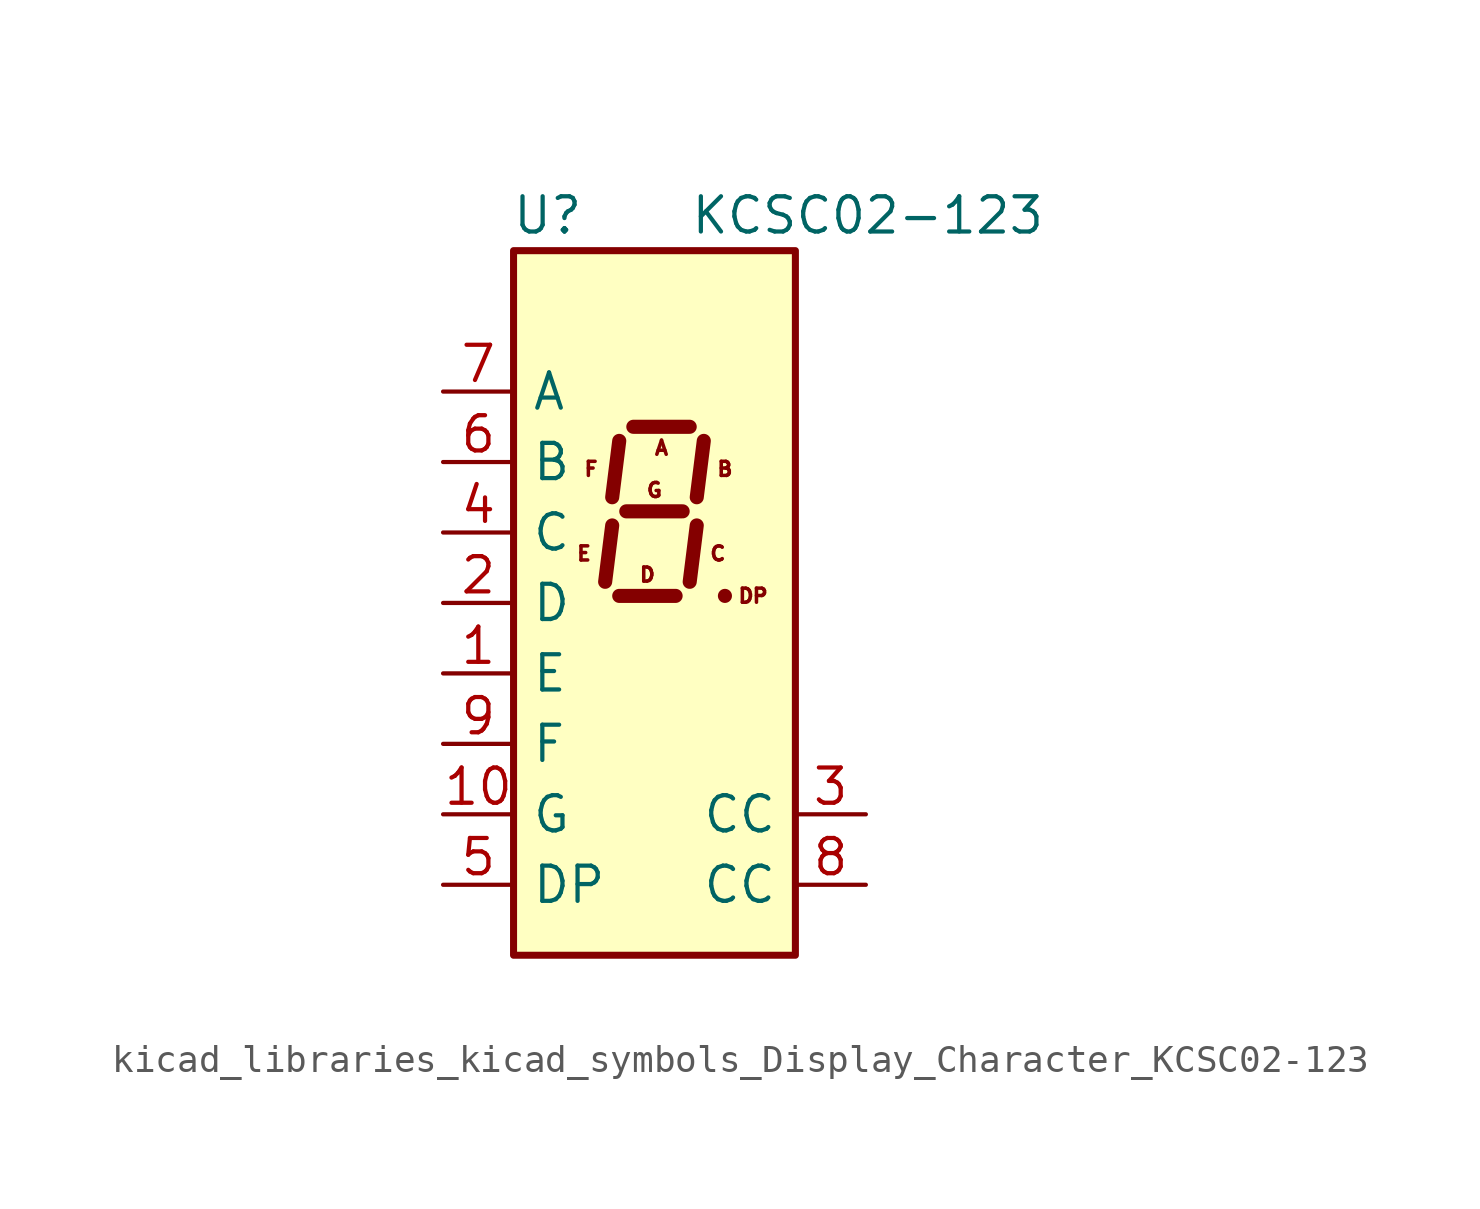
<source format=kicad_sym>
(kicad_symbol_lib
  (version 20220914)
  (generator kicad_symbol_editor)
  (symbol "kicad_libraries_kicad_symbols_Display_Character_KCSC02-123"
    (pin_names
      (offset 0.635))
    (property "Reference" "U"
      (at -2.54 13.97 0)
      (effects (font (size 1.27 1.27)) (justify right)))
    (property "Value" "KCSC02-123"
      (at 1.27 13.97 0)
      (effects (font (size 1.27 1.27)) (justify left)))
    (symbol "kicad_libraries_kicad_symbols_Display_Character_KCSC02-123_0_0"
      (text "A" (at 0.254 5.588 0) (effects (font (size 0.508 0.508))))
      (text "B" (at 2.54 4.826 0) (effects (font (size 0.508 0.508))))
      (text "C" (at 2.286 1.778 0) (effects (font (size 0.508 0.508))))
      (text "D" (at -0.254 1.016 0) (effects (font (size 0.508 0.508))))
      (text "DP" (at 3.556 0.254 0) (effects (font (size 0.508 0.508))))
      (text "E" (at -2.54 1.778 0) (effects (font (size 0.508 0.508))))
      (text "F" (at -2.286 4.826 0) (effects (font (size 0.508 0.508))))
      (text "G" (at 0 4.064 0) (effects (font (size 0.508 0.508)))))
    (symbol "kicad_libraries_kicad_symbols_Display_Character_KCSC02-123_0_1"
      (rectangle (start -5.08 12.7) (end 5.08 -12.7) (stroke (width 0.254) (type default)) (fill (type background)))
      (polyline (pts (xy -1.524 2.794) (xy -1.778 0.762)) (stroke (width 0.508) (type default)) (fill (type none)))
      (polyline (pts (xy -1.27 0.254) (xy 0.762 0.254)) (stroke (width 0.508) (type default)) (fill (type none)))
      (polyline (pts (xy -1.27 5.842) (xy -1.524 3.81)) (stroke (width 0.508) (type default)) (fill (type none)))
      (polyline (pts (xy -1.016 3.302) (xy 1.016 3.302)) (stroke (width 0.508) (type default)) (fill (type none)))
      (polyline (pts (xy -0.762 6.35) (xy 1.27 6.35)) (stroke (width 0.508) (type default)) (fill (type none)))
      (polyline (pts (xy 1.524 2.794) (xy 1.27 0.762)) (stroke (width 0.508) (type default)) (fill (type none)))
      (polyline (pts (xy 1.778 5.842) (xy 1.524 3.81)) (stroke (width 0.508) (type default)) (fill (type none)))
      (polyline (pts (xy 2.54 0.254) (xy 2.54 0.254)) (stroke (width 0.508) (type default)) (fill (type none))))
    (symbol "kicad_libraries_kicad_symbols_Display_Character_KCSC02-123_1_1"
      (pin input line (at -7.62 -2.54 0) (length 2.54) (name "E" (effects (font (size 1.27 1.27)))) (number "1" (effects (font (size 1.27 1.27)))))
      (pin input line (at -7.62 -7.62 0) (length 2.54) (name "G" (effects (font (size 1.27 1.27)))) (number "10" (effects (font (size 1.27 1.27)))))
      (pin input line (at -7.62 0 0) (length 2.54) (name "D" (effects (font (size 1.27 1.27)))) (number "2" (effects (font (size 1.27 1.27)))))
      (pin input line (at 7.62 -7.62 180) (length 2.54) (name "CC" (effects (font (size 1.27 1.27)))) (number "3" (effects (font (size 1.27 1.27)))))
      (pin input line (at -7.62 2.54 0) (length 2.54) (name "C" (effects (font (size 1.27 1.27)))) (number "4" (effects (font (size 1.27 1.27)))))
      (pin input line (at -7.62 -10.16 0) (length 2.54) (name "DP" (effects (font (size 1.27 1.27)))) (number "5" (effects (font (size 1.27 1.27)))))
      (pin input line (at -7.62 5.08 0) (length 2.54) (name "B" (effects (font (size 1.27 1.27)))) (number "6" (effects (font (size 1.27 1.27)))))
      (pin input line (at -7.62 7.62 0) (length 2.54) (name "A" (effects (font (size 1.27 1.27)))) (number "7" (effects (font (size 1.27 1.27)))))
      (pin input line (at 7.62 -10.16 180) (length 2.54) (name "CC" (effects (font (size 1.27 1.27)))) (number "8" (effects (font (size 1.27 1.27)))))
      (pin input line (at -7.62 -5.08 0) (length 2.54) (name "F" (effects (font (size 1.27 1.27)))) (number "9" (effects (font (size 1.27 1.27))))))))
</source>
